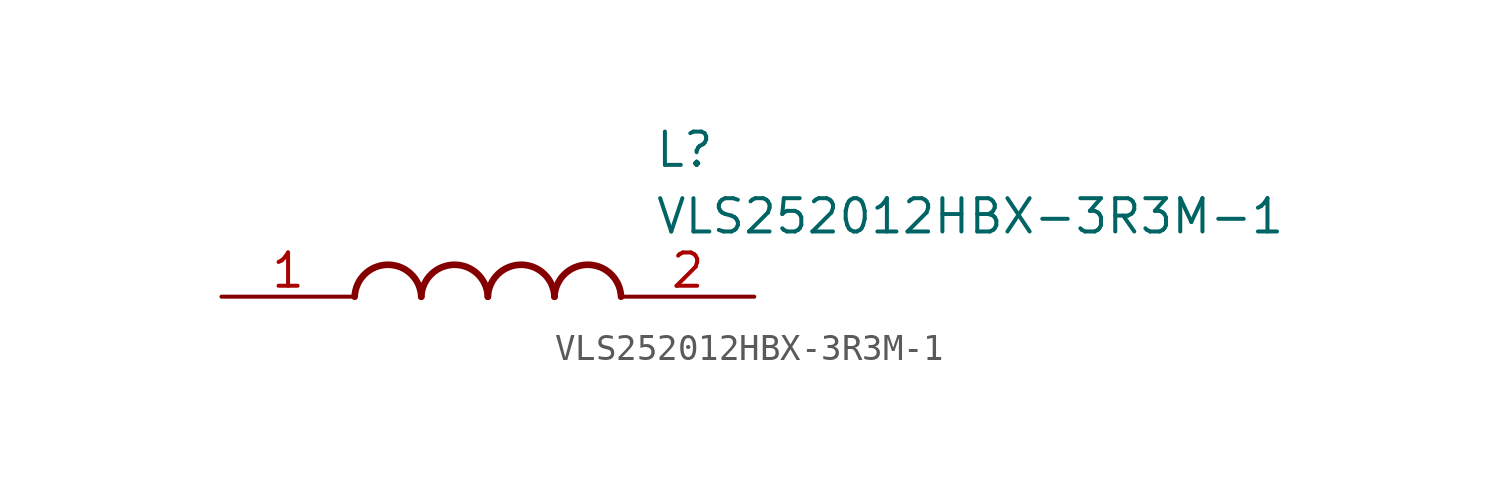
<source format=kicad_sym>
(kicad_symbol_lib
  (version 20211014)
  (generator SamacSys_ECAD_Model)
  (symbol "VLS252012HBX-3R3M-1"
    (pin_names hide)
    (property "Reference" "L"
      (at 16.51 6.35 0)
      (effects (font (size 1.27 1.27)) (justify left top)))
    (property "Value" "VLS252012HBX-3R3M-1"
      (at 16.51 3.81 0)
      (effects (font (size 1.27 1.27)) (justify left top)))
    (arc
      (start 7.62 0)
      (mid 6.35 1.219)
      (end 5.08 0)
      (stroke (width 0.254) (type default))
      (fill (type none)))
    (arc
      (start 10.16 0)
      (mid 8.89 1.219)
      (end 7.62 0)
      (stroke (width 0.254) (type default))
      (fill (type none)))
    (arc
      (start 12.7 0)
      (mid 11.43 1.219)
      (end 10.16 0)
      (stroke (width 0.254) (type default))
      (fill (type none)))
    (arc
      (start 15.24 0)
      (mid 13.97 1.219)
      (end 12.7 0)
      (stroke (width 0.254) (type default))
      (fill (type none)))
    (pin passive line
      (at 0 0 0)
      (length 5.08)
      (name "1" (effects (font (size 1.27 1.27))))
      (number "1" (effects (font (size 1.27 1.27)))))
    (pin passive line
      (at 20.32 0 180)
      (length 5.08)
      (name "2" (effects (font (size 1.27 1.27))))
      (number "2" (effects (font (size 1.27 1.27)))))))
</source>
